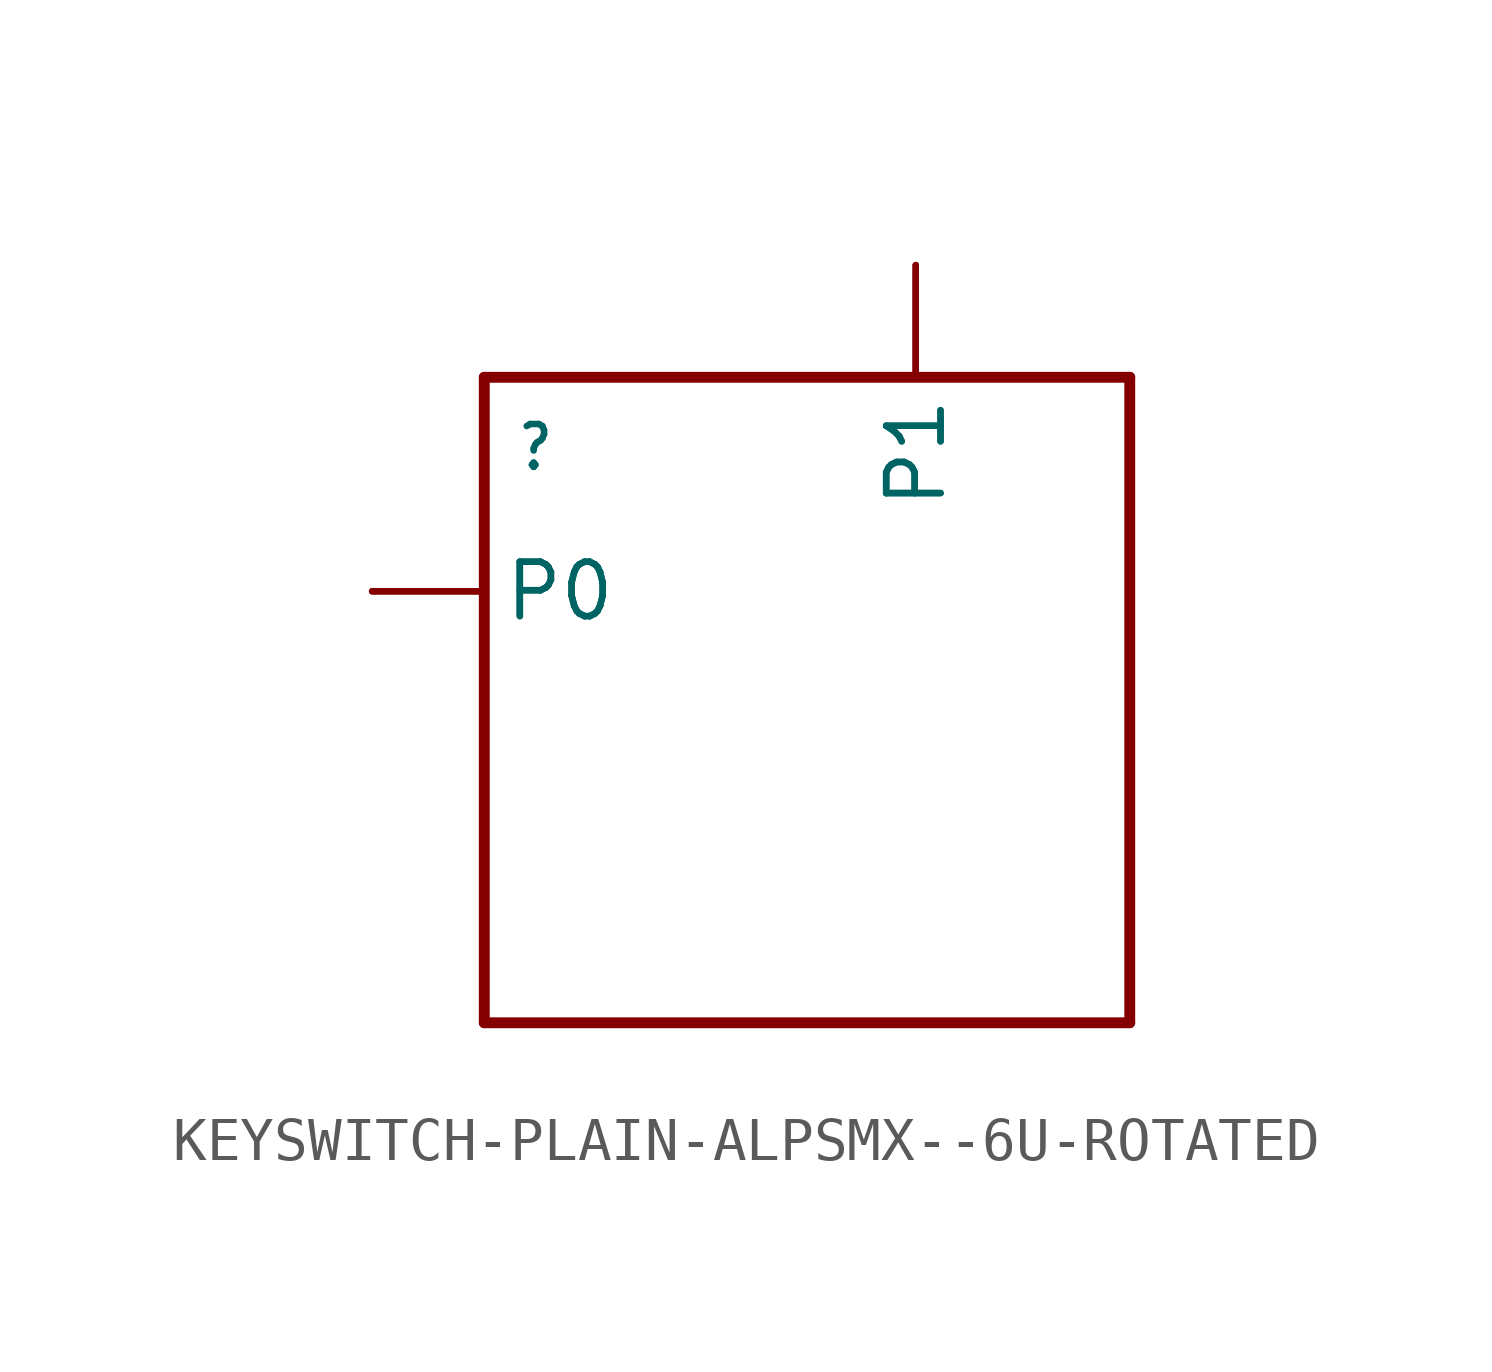
<source format=kicad_sym>
(kicad_symbol_lib
  (version 20211014)
  (generator kicad_symbol_editor)
  (symbol "KEYSWITCH-PLAIN-ALPSMX--6U-ROTATED"
    (property "Reference" ""
      (at -6.81 5.318 0)
      (effects (font (size 1 0.85)) (justify left bottom)))
    (property "ki_locked" ""
      (at 0 0 0)
      (effects (font (size 1.27 1.27))))
    (symbol "KEYSWITCH-PLAIN-ALPSMX--6U-ROTATED_1_0"
      (polyline (pts (xy -7.54 -7.54) (xy -7.54 7.54)) (stroke (width 0.254) (type default) (color 0 0 0 0)) (fill (type none)))
      (polyline (pts (xy -7.54 7.54) (xy 7.54 7.54)) (stroke (width 0.254) (type default) (color 0 0 0 0)) (fill (type none)))
      (polyline (pts (xy 7.54 -7.54) (xy -7.54 -7.54)) (stroke (width 0.254) (type default) (color 0 0 0 0)) (fill (type none)))
      (polyline (pts (xy 7.54 7.54) (xy 7.54 -7.54)) (stroke (width 0.254) (type default) (color 0 0 0 0)) (fill (type none)))
      (pin bidirectional line (at -10.16 2.54 0) (length 2.54) (name "P0" (effects (font (size 1.27 1.27)))) (number "ALPS1" (effects (font (size 0 0)))))
      (pin bidirectional line (at 2.54 10.16 270) (length 2.54) (name "P1" (effects (font (size 1.27 1.27)))) (number "ALPS2" (effects (font (size 0 0)))))
      (pin bidirectional line (at -10.16 2.54 0) (length 2.54) (name "P0" (effects (font (size 1.27 1.27)))) (number "MX1" (effects (font (size 0 0)))))
      (pin bidirectional line (at 2.54 10.16 270) (length 2.54) (name "P1" (effects (font (size 1.27 1.27)))) (number "MX2" (effects (font (size 0 0))))))))
</source>
